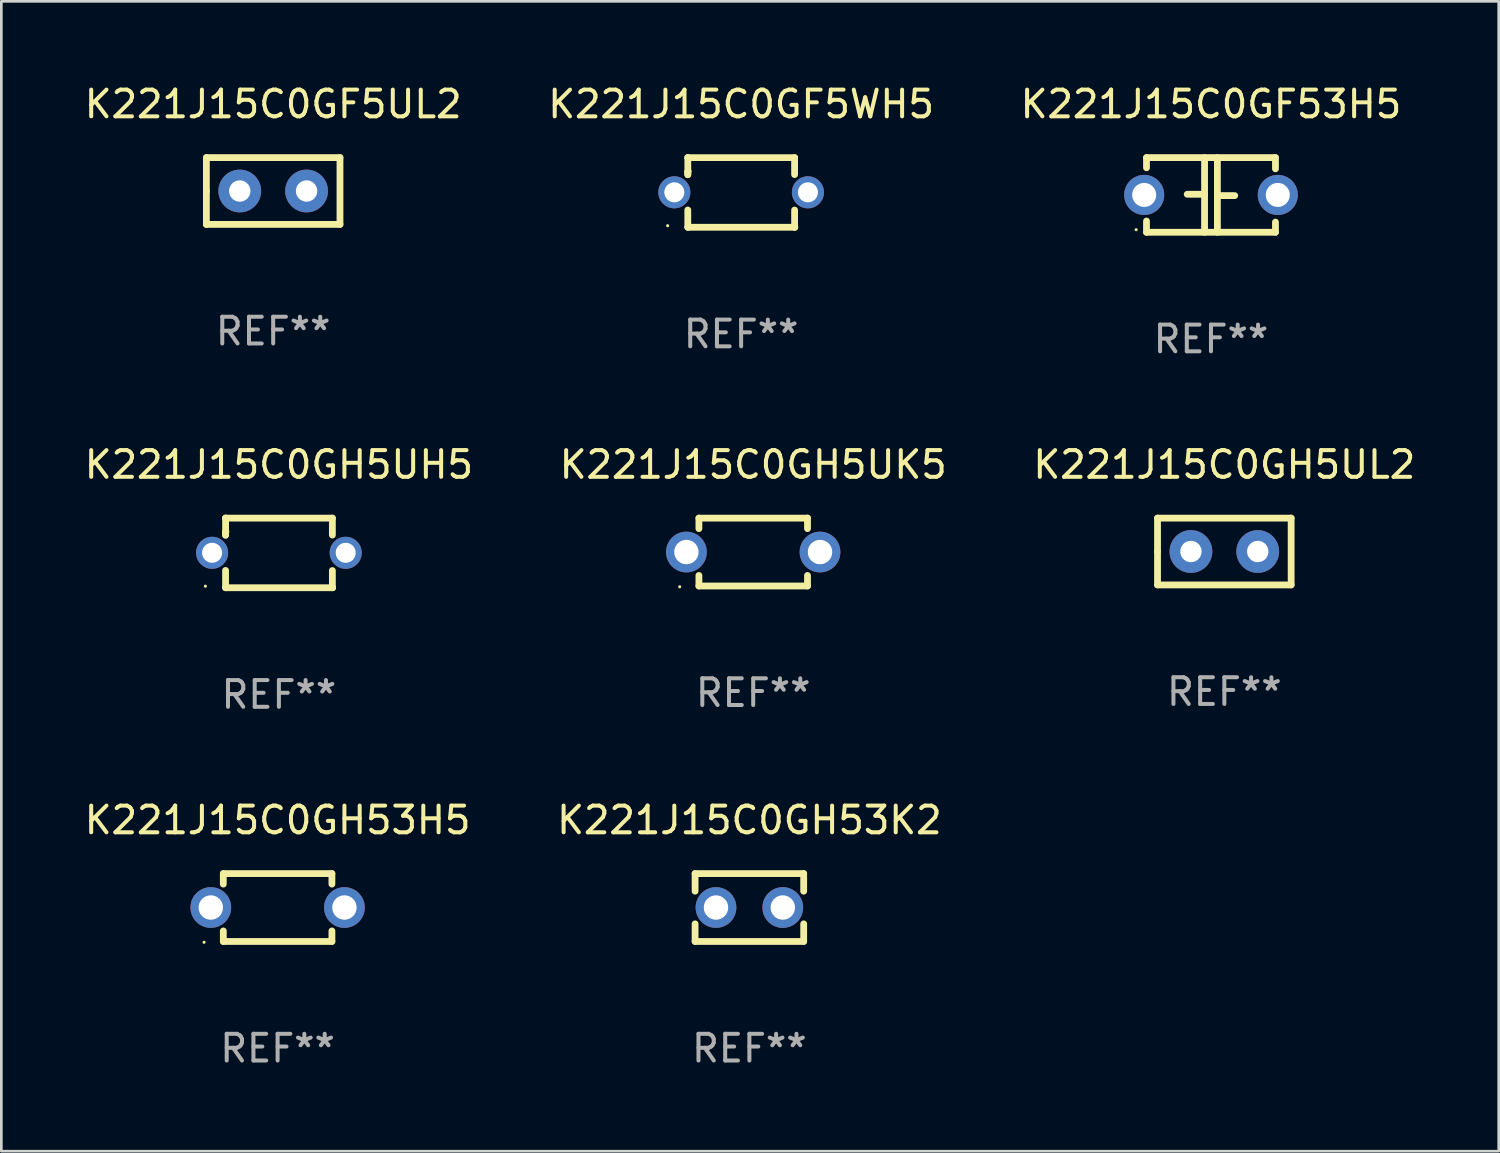
<source format=kicad_pcb>
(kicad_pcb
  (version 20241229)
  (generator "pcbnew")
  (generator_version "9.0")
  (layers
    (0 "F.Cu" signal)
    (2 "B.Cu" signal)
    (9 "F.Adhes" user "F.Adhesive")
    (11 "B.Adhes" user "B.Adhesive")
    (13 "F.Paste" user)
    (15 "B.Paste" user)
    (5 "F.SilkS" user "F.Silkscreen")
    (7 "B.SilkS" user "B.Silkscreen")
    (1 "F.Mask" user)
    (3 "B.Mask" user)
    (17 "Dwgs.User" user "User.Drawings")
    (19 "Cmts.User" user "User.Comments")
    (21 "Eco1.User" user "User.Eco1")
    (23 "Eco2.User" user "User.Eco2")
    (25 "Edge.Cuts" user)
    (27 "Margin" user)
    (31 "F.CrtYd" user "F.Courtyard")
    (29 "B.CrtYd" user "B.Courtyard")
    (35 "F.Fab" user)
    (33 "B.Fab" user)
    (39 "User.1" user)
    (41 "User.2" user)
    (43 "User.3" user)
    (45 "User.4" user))
  (footprint "K221J15C0GH53K2"
    (layer "F.Cu")
    (at 24.994 30.912)
    (property "Reference" "K221J15C0GH53K2" (at 0 -3.27 0) (layer "F.SilkS") (effects (font (size 1 1) (thickness 0.15))))
    (attr through_hole)
    (fp_line (start -2.032 -1.27) (end -2.032 -0.611) (stroke (width 0.254) (type solid)) (layer "F.SilkS"))
    (fp_line (start -2.032 0.611) (end -2.032 1.27) (stroke (width 0.254) (type solid)) (layer "F.SilkS"))
    (fp_line (start -2.032 1.27) (end 2.032 1.27) (stroke (width 0.254) (type solid)) (layer "F.SilkS"))
    (fp_line (start 2.032 -1.27) (end -2.032 -1.27) (stroke (width 0.254) (type solid)) (layer "F.SilkS"))
    (fp_line (start 2.032 -0.611) (end 2.032 -1.27) (stroke (width 0.254) (type solid)) (layer "F.SilkS"))
    (fp_line (start 2.032 1.27) (end 2.032 0.611) (stroke (width 0.254) (type solid)) (layer "F.SilkS"))
    (fp_circle (center -2 1.3) (end -1.97 1.3) (stroke (width 0.06) (type solid)) (fill no) (layer "F.SilkS"))
    (fp_text user "REF**" (at 0 5.27 0) (layer "F.Fab") (effects (font (size 1 1) (thickness 0.15))))
    (pad "1" thru_hole circle (at -1.25 0) (size 1.524 1.524) (drill 0.914) (layers "*.Cu" "*.Mask"))
    (pad "2" thru_hole circle (at 1.25 0) (size 1.524 1.524) (drill 0.914) (layers "*.Cu" "*.Mask")))
  (footprint "K221J15C0GF5WH5"
    (layer "F.Cu")
    (at 24.685 4.152)
    (property "Reference" "K221J15C0GF5WH5" (at 0 -3.303 0) (layer "F.SilkS") (effects (font (size 1 1) (thickness 0.15))))
    (attr through_hole)
    (fp_line (start -1.996 -0.782) (end -1.983 -0.795) (stroke (width 0.254) (type solid)) (layer "F.SilkS"))
    (fp_line (start -1.996 -0.665) (end -1.996 -0.782) (stroke (width 0.254) (type solid)) (layer "F.SilkS"))
    (fp_line (start -1.996 1.297) (end -1.996 0.655) (stroke (width 0.254) (type solid)) (layer "F.SilkS"))
    (fp_line (start -1.996 -1.303) (end 2.001 -1.303) (stroke (width 0.254) (type solid)) (layer "F.SilkS"))
    (fp_line (start -1.995 -1.303) (end -1.996 -1.303) (stroke (width 0.254) (type solid)) (layer "F.SilkS"))
    (fp_line (start -1.995 -0.664) (end -1.995 -1.303) (stroke (width 0.254) (type solid)) (layer "F.SilkS"))
    (fp_line (start -1.99 1.303) (end -1.996 1.297) (stroke (width 0.254) (type solid)) (layer "F.SilkS"))
    (fp_line (start 2.001 -1.303) (end 2.001 -0.669) (stroke (width 0.254) (type solid)) (layer "F.SilkS"))
    (fp_line (start 2.001 0.659) (end 2.001 1.297) (stroke (width 0.254) (type solid)) (layer "F.SilkS"))
    (fp_line (start 2.001 1.297) (end 2.008 1.303) (stroke (width 0.254) (type solid)) (layer "F.SilkS"))
    (fp_line (start 2.008 1.303) (end -1.99 1.303) (stroke (width 0.254) (type solid)) (layer "F.SilkS"))
    (fp_circle (center -2.75 1.245) (end -2.72 1.245) (stroke (width 0.06) (type solid)) (fill no) (layer "F.SilkS"))
    (fp_text user "REF**" (at 0 5.303 0) (layer "F.Fab") (effects (font (size 1 1) (thickness 0.15))))
    (pad "1" thru_hole circle (at -2.5 -0.005) (size 1.2 1.2) (drill 0.75) (layers "*.Cu" "*.Mask"))
    (pad "2" thru_hole circle (at 2.5 -0.005) (size 1.2 1.2) (drill 0.75) (layers "*.Cu" "*.Mask")))
  (footprint "K221J15C0GH5UL2"
    (layer "F.Cu")
    (at 42.768 17.589)
    (property "Reference" "K221J15C0GH5UL2" (at 0 -3.25 0) (layer "F.SilkS") (effects (font (size 1 1) (thickness 0.15))))
    (attr through_hole)
    (fp_line (start -2.5 -1.25) (end 2.5 -1.25) (stroke (width 0.254) (type solid)) (layer "F.SilkS"))
    (fp_line (start -2.5 0) (end -2.5 -1.25) (stroke (width 0.254) (type solid)) (layer "F.SilkS"))
    (fp_line (start -2.5 1.25) (end -2.5 0) (stroke (width 0.254) (type solid)) (layer "F.SilkS"))
    (fp_line (start 2.5 -1.25) (end 2.5 1.25) (stroke (width 0.254) (type solid)) (layer "F.SilkS"))
    (fp_line (start 2.5 1.25) (end -2.5 1.25) (stroke (width 0.254) (type solid)) (layer "F.SilkS"))
    (fp_circle (center -2.5 1.25) (end -2.47 1.25) (stroke (width 0.06) (type solid)) (fill no) (layer "F.SilkS"))
    (fp_text user "REF**" (at 0 5.25 0) (layer "F.Fab") (effects (font (size 1 1) (thickness 0.15))))
    (pad "1" thru_hole circle (at -1.25 0) (size 1.6 1.6) (drill 0.8) (layers "*.Cu" "*.Mask"))
    (pad "2" thru_hole circle (at 1.25 0) (size 1.6 1.6) (drill 0.8) (layers "*.Cu" "*.Mask")))
  (footprint "K221J15C0GF53H5"
    (layer "F.Cu")
    (at 42.268 4.245)
    (property "Reference" "K221J15C0GF53H5" (at 0 -3.397 0) (layer "F.SilkS") (effects (font (size 1 1) (thickness 0.15))))
    (attr through_hole)
    (fp_line (start -2.413 -1.397) (end 2.413 -1.397) (stroke (width 0.254) (type solid)) (layer "F.SilkS"))
    (fp_line (start -2.413 -1.016) (end -2.413 -1.397) (stroke (width 0.254) (type solid)) (layer "F.SilkS"))
    (fp_line (start -2.413 0.977) (end -2.413 1.397) (stroke (width 0.254) (type solid)) (layer "F.SilkS"))
    (fp_line (start -0.24 -0.025) (end -0.889 -0.025) (stroke (width 0.254) (type solid)) (layer "F.SilkS"))
    (fp_line (start -0.24 1.397) (end -0.24 -1.397) (stroke (width 0.254) (type solid)) (layer "F.SilkS"))
    (fp_line (start 0.24 -1.397) (end 0.24 1.397) (stroke (width 0.254) (type solid)) (layer "F.SilkS"))
    (fp_line (start 0.24 0.025) (end 0.889 0.025) (stroke (width 0.254) (type solid)) (layer "F.SilkS"))
    (fp_line (start 2.413 -0.977) (end 2.413 -1.397) (stroke (width 0.254) (type solid)) (layer "F.SilkS"))
    (fp_line (start 2.413 1.016) (end 2.413 1.397) (stroke (width 0.254) (type solid)) (layer "F.SilkS"))
    (fp_line (start 2.413 1.397) (end -2.413 1.397) (stroke (width 0.254) (type solid)) (layer "F.SilkS"))
    (fp_circle (center -2.8 1.3) (end -2.77 1.3) (stroke (width 0.06) (type solid)) (fill no) (layer "F.SilkS"))
    (fp_text user "REF**" (at 0 5.397 0) (layer "F.Fab") (effects (font (size 1 1) (thickness 0.15))))
    (pad "1" thru_hole circle (at -2.5 0) (size 1.5 1.5) (drill 0.9) (layers "*.Cu" "*.Mask"))
    (pad "2" thru_hole circle (at 2.5 0) (size 1.5 1.5) (drill 0.9) (layers "*.Cu" "*.Mask")))
  (footprint "K221J15C0GH5UK5"
    (layer "F.Cu")
    (at 25.137 17.609)
    (property "Reference" "K221J15C0GH5UK5" (at 0 -3.27 0) (layer "F.SilkS") (effects (font (size 1 1) (thickness 0.15))))
    (attr through_hole)
    (fp_line (start -2.032 -1.27) (end -2.032 -0.876) (stroke (width 0.254) (type solid)) (layer "F.SilkS"))
    (fp_line (start -2.032 0.876) (end -2.032 1.27) (stroke (width 0.254) (type solid)) (layer "F.SilkS"))
    (fp_line (start -2.032 1.27) (end 2.032 1.27) (stroke (width 0.254) (type solid)) (layer "F.SilkS"))
    (fp_line (start 2.032 -1.27) (end -2.032 -1.27) (stroke (width 0.254) (type solid)) (layer "F.SilkS"))
    (fp_line (start 2.032 -0.876) (end 2.032 -1.27) (stroke (width 0.254) (type solid)) (layer "F.SilkS"))
    (fp_line (start 2.032 1.27) (end 2.032 0.876) (stroke (width 0.254) (type solid)) (layer "F.SilkS"))
    (fp_circle (center -2.751 1.3) (end -2.721 1.3) (stroke (width 0.06) (type solid)) (fill no) (layer "F.SilkS"))
    (fp_text user "REF**" (at 0 5.27 0) (layer "F.Fab") (effects (font (size 1 1) (thickness 0.15))))
    (pad "1" thru_hole circle (at -2.5 0) (size 1.524 1.524) (drill 0.914) (layers "*.Cu" "*.Mask"))
    (pad "2" thru_hole circle (at 2.5 0) (size 1.524 1.524) (drill 0.914) (layers "*.Cu" "*.Mask")))
  (footprint "K221J15C0GH53H5"
    (layer "F.Cu")
    (at 7.339 30.912)
    (property "Reference" "K221J15C0GH53H5" (at 0 -3.27 0) (layer "F.SilkS") (effects (font (size 1 1) (thickness 0.15))))
    (attr through_hole)
    (fp_line (start -2.032 -1.27) (end -2.032 -0.876) (stroke (width 0.254) (type solid)) (layer "F.SilkS"))
    (fp_line (start -2.032 0.876) (end -2.032 1.27) (stroke (width 0.254) (type solid)) (layer "F.SilkS"))
    (fp_line (start -2.032 1.27) (end 2.032 1.27) (stroke (width 0.254) (type solid)) (layer "F.SilkS"))
    (fp_line (start 2.032 -1.27) (end -2.032 -1.27) (stroke (width 0.254) (type solid)) (layer "F.SilkS"))
    (fp_line (start 2.032 -0.876) (end 2.032 -1.27) (stroke (width 0.254) (type solid)) (layer "F.SilkS"))
    (fp_line (start 2.032 1.27) (end 2.032 0.876) (stroke (width 0.254) (type solid)) (layer "F.SilkS"))
    (fp_circle (center -2.751 1.3) (end -2.721 1.3) (stroke (width 0.06) (type solid)) (fill no) (layer "F.SilkS"))
    (fp_text user "REF**" (at 0 5.27 0) (layer "F.Fab") (effects (font (size 1 1) (thickness 0.15))))
    (pad "1" thru_hole circle (at -2.5 0) (size 1.524 1.524) (drill 0.914) (layers "*.Cu" "*.Mask"))
    (pad "2" thru_hole circle (at 2.5 0) (size 1.524 1.524) (drill 0.914) (layers "*.Cu" "*.Mask")))
  (footprint "K221J15C0GH5UH5"
    (layer "F.Cu")
    (at 7.387 17.642)
    (property "Reference" "K221J15C0GH5UH5" (at 0 -3.303 0) (layer "F.SilkS") (effects (font (size 1 1) (thickness 0.15))))
    (attr through_hole)
    (fp_line (start -1.996 -0.782) (end -1.983 -0.795) (stroke (width 0.254) (type solid)) (layer "F.SilkS"))
    (fp_line (start -1.996 -0.665) (end -1.996 -0.782) (stroke (width 0.254) (type solid)) (layer "F.SilkS"))
    (fp_line (start -1.996 1.297) (end -1.996 0.655) (stroke (width 0.254) (type solid)) (layer "F.SilkS"))
    (fp_line (start -1.996 -1.303) (end 2.001 -1.303) (stroke (width 0.254) (type solid)) (layer "F.SilkS"))
    (fp_line (start -1.995 -1.303) (end -1.996 -1.303) (stroke (width 0.254) (type solid)) (layer "F.SilkS"))
    (fp_line (start -1.995 -0.664) (end -1.995 -1.303) (stroke (width 0.254) (type solid)) (layer "F.SilkS"))
    (fp_line (start -1.99 1.303) (end -1.996 1.297) (stroke (width 0.254) (type solid)) (layer "F.SilkS"))
    (fp_line (start 2.001 -1.303) (end 2.001 -0.669) (stroke (width 0.254) (type solid)) (layer "F.SilkS"))
    (fp_line (start 2.001 0.659) (end 2.001 1.297) (stroke (width 0.254) (type solid)) (layer "F.SilkS"))
    (fp_line (start 2.001 1.297) (end 2.008 1.303) (stroke (width 0.254) (type solid)) (layer "F.SilkS"))
    (fp_line (start 2.008 1.303) (end -1.99 1.303) (stroke (width 0.254) (type solid)) (layer "F.SilkS"))
    (fp_circle (center -2.75 1.245) (end -2.72 1.245) (stroke (width 0.06) (type solid)) (fill no) (layer "F.SilkS"))
    (fp_text user "REF**" (at 0 5.303 0) (layer "F.Fab") (effects (font (size 1 1) (thickness 0.15))))
    (pad "1" thru_hole circle (at -2.5 -0.005) (size 1.2 1.2) (drill 0.75) (layers "*.Cu" "*.Mask"))
    (pad "2" thru_hole circle (at 2.5 -0.005) (size 1.2 1.2) (drill 0.75) (layers "*.Cu" "*.Mask")))
  (footprint "K221J15C0GF5UL2"
    (layer "F.Cu")
    (at 7.173 4.098)
    (property "Reference" "K221J15C0GF5UL2" (at 0 -3.25 0) (layer "F.SilkS") (effects (font (size 1 1) (thickness 0.15))))
    (attr through_hole)
    (fp_line (start -2.5 -1.25) (end 2.5 -1.25) (stroke (width 0.254) (type solid)) (layer "F.SilkS"))
    (fp_line (start -2.5 0) (end -2.5 -1.25) (stroke (width 0.254) (type solid)) (layer "F.SilkS"))
    (fp_line (start -2.5 1.25) (end -2.5 0) (stroke (width 0.254) (type solid)) (layer "F.SilkS"))
    (fp_line (start 2.5 -1.25) (end 2.5 1.25) (stroke (width 0.254) (type solid)) (layer "F.SilkS"))
    (fp_line (start 2.5 1.25) (end -2.5 1.25) (stroke (width 0.254) (type solid)) (layer "F.SilkS"))
    (fp_circle (center -2.5 1.25) (end -2.47 1.25) (stroke (width 0.06) (type solid)) (fill no) (layer "F.SilkS"))
    (fp_text user "REF**" (at 0 5.25 0) (layer "F.Fab") (effects (font (size 1 1) (thickness 0.15))))
    (pad "1" thru_hole circle (at -1.25 0) (size 1.6 1.6) (drill 0.8) (layers "*.Cu" "*.Mask"))
    (pad "2" thru_hole circle (at 1.25 0) (size 1.6 1.6) (drill 0.8) (layers "*.Cu" "*.Mask")))
  (gr_rect
    (start -3 -3)
    (end 53.036 40.03)
    (stroke (width 0.1) (type default))
    (fill no)
    (layer "Edge.Cuts")))
</source>
